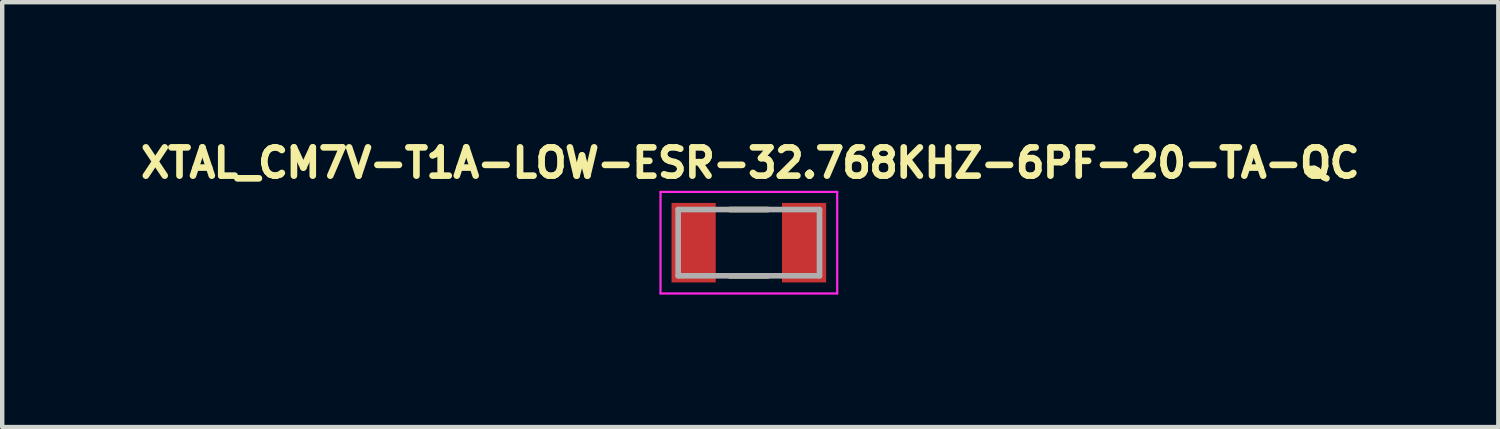
<source format=kicad_pcb>
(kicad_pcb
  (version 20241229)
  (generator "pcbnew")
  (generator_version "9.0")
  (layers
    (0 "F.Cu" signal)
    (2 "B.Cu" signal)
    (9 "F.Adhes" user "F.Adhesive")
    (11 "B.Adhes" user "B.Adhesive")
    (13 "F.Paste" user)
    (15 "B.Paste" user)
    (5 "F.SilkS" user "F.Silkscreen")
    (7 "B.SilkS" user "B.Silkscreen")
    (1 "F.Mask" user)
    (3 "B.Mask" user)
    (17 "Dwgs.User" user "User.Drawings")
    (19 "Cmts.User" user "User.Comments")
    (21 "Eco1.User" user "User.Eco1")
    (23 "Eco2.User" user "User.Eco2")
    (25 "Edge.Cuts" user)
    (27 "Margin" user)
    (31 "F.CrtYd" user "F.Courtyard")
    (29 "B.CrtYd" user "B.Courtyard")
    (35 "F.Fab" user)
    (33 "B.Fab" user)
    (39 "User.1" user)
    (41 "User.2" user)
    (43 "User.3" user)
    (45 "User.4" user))
  (footprint "XTAL_CM7V-T1A-LOW-ESR-32.768KHZ-6PF-20-TA-QC"
    (layer "F.Cu")
    (at 13.904 2.444)
    (property "Reference" "XTAL_CM7V-T1A-LOW-ESR-32.768KHZ-6PF-20-TA-QC" (at 0.032 -1.806 0) (layer "F.SilkS") (effects (font (size 0.64 0.64) (thickness 0.15))))
    (attr smd)
    (fp_line (start -0.43 -0.75) (end 0.43 -0.75) (stroke (width 0.127) (type solid)) (layer "F.SilkS"))
    (fp_line (start -0.43 0.75) (end 0.43 0.75) (stroke (width 0.127) (type solid)) (layer "F.SilkS"))
    (fp_line (start -2 -1.15) (end -2 1.15) (stroke (width 0.05) (type solid)) (layer "F.CrtYd"))
    (fp_line (start -2 1.15) (end 2 1.15) (stroke (width 0.05) (type solid)) (layer "F.CrtYd"))
    (fp_line (start 2 -1.15) (end -2 -1.15) (stroke (width 0.05) (type solid)) (layer "F.CrtYd"))
    (fp_line (start 2 1.15) (end 2 -1.15) (stroke (width 0.05) (type solid)) (layer "F.CrtYd"))
    (fp_line (start -1.6 -0.75) (end -1.6 0.75) (stroke (width 0.127) (type solid)) (layer "F.Fab"))
    (fp_line (start -1.6 -0.75) (end 1.6 -0.75) (stroke (width 0.127) (type solid)) (layer "F.Fab"))
    (fp_line (start -1.6 0.75) (end 1.6 0.75) (stroke (width 0.127) (type solid)) (layer "F.Fab"))
    (fp_line (start 1.6 -0.75) (end 1.6 0.75) (stroke (width 0.127) (type solid)) (layer "F.Fab"))
    (pad "1" smd rect (at -1.25 0) (size 1 1.8) (layers "F.Cu" "F.Mask" "F.Paste"))
    (pad "2" smd rect (at 1.25 0) (size 1 1.8) (layers "F.Cu" "F.Mask" "F.Paste")))
  (gr_rect
    (start -3 -3)
    (end 30.872 6.619)
    (stroke (width 0.1) (type default))
    (fill no)
    (layer "Edge.Cuts")))
</source>
